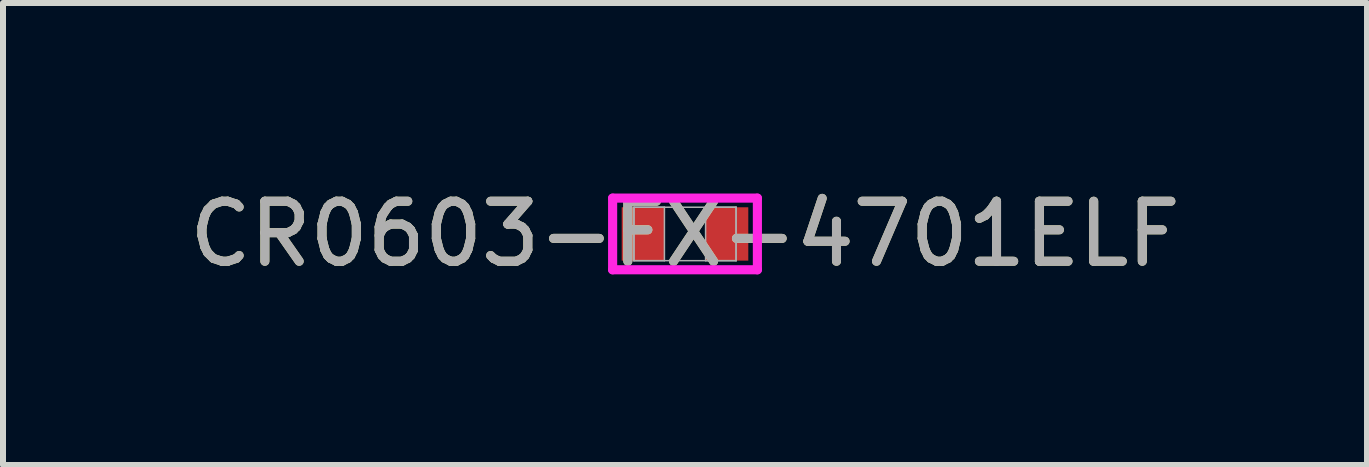
<source format=kicad_pcb>
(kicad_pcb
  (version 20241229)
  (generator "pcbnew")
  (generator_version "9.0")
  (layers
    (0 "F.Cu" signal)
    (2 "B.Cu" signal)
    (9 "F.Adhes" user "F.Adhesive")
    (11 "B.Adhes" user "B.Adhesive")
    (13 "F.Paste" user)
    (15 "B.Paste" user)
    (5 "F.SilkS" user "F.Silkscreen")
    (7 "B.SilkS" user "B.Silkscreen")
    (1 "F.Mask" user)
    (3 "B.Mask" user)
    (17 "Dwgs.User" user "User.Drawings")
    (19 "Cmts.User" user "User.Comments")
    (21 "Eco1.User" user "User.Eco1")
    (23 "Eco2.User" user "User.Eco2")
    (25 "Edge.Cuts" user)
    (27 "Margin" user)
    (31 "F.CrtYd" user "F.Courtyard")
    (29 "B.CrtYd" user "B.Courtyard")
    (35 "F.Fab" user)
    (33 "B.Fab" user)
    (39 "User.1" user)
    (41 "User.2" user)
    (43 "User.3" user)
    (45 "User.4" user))
  (footprint "CR0603-FX-4701ELF"
    (layer "F.Cu")
    (at 8.363 0.848)
    (property "Reference" "CR0603-FX-4701ELF" (at 0 0 0) (unlocked yes) (layer "F.SilkS") (effects (font (size 1 1) (thickness 0.15))))
    (attr smd)
    (fp_line (start -1.206 -0.597) (end 1.206 -0.597) (stroke (width 0.152) (type solid)) (layer "F.CrtYd"))
    (fp_line (start -1.206 0.597) (end -1.206 -0.597) (stroke (width 0.152) (type solid)) (layer "F.CrtYd"))
    (fp_line (start 1.206 -0.597) (end 1.206 0.597) (stroke (width 0.152) (type solid)) (layer "F.CrtYd"))
    (fp_line (start 1.206 0.597) (end -1.206 0.597) (stroke (width 0.152) (type solid)) (layer "F.CrtYd"))
    (fp_line (start -0.851 -0.445) (end -0.851 0.445) (stroke (width 0.025) (type solid)) (layer "F.Fab"))
    (fp_line (start -0.851 -0.445) (end -0.851 0.445) (stroke (width 0.025) (type solid)) (layer "F.Fab"))
    (fp_line (start -0.851 0.445) (end -0.343 0.445) (stroke (width 0.025) (type solid)) (layer "F.Fab"))
    (fp_line (start -0.851 0.445) (end 0.851 0.445) (stroke (width 0.025) (type solid)) (layer "F.Fab"))
    (fp_line (start -0.343 -0.445) (end -0.851 -0.445) (stroke (width 0.025) (type solid)) (layer "F.Fab"))
    (fp_line (start -0.343 0.445) (end -0.343 -0.445) (stroke (width 0.025) (type solid)) (layer "F.Fab"))
    (fp_line (start 0.343 -0.445) (end 0.343 0.445) (stroke (width 0.025) (type solid)) (layer "F.Fab"))
    (fp_line (start 0.343 0.445) (end 0.851 0.445) (stroke (width 0.025) (type solid)) (layer "F.Fab"))
    (fp_line (start 0.851 -0.445) (end -0.851 -0.445) (stroke (width 0.025) (type solid)) (layer "F.Fab"))
    (fp_line (start 0.851 -0.445) (end 0.343 -0.445) (stroke (width 0.025) (type solid)) (layer "F.Fab"))
    (fp_line (start 0.851 0.445) (end 0.851 -0.445) (stroke (width 0.025) (type solid)) (layer "F.Fab"))
    (fp_line (start 0.851 0.445) (end 0.851 -0.445) (stroke (width 0.025) (type solid)) (layer "F.Fab"))
    (fp_text user "${REFERENCE}" (at 0 0 0) (unlocked yes) (layer "F.Fab") (effects (font (size 1 1) (thickness 0.15))))
    (pad "1" smd rect (at -0.699 0) (size 0.711 0.889) (layers "F.Cu" "F.Mask" "F.Paste"))
    (pad "2" smd rect (at 0.699 0) (size 0.711 0.889) (layers "F.Cu" "F.Mask" "F.Paste"))
    (zone (net_name "") (layer "F.Cu") (hatch full 0.508) (connect_pads) (min_thickness 0.254) (filled_areas_thickness no) (keepout (tracks not_allowed) (vias not_allowed) (pads allowed) (copperpour not_allowed) (footprints allowed)) (placement (enabled no)) (fill) (polygon (pts (xy 8.071 0.455) (xy 8.655 0.455) (xy 8.655 1.242) (xy 8.071 1.242)))))
  (gr_rect
    (start -3 -3)
    (end 19.726 4.697)
    (stroke (width 0.1) (type default))
    (fill no)
    (layer "Edge.Cuts")))
</source>
